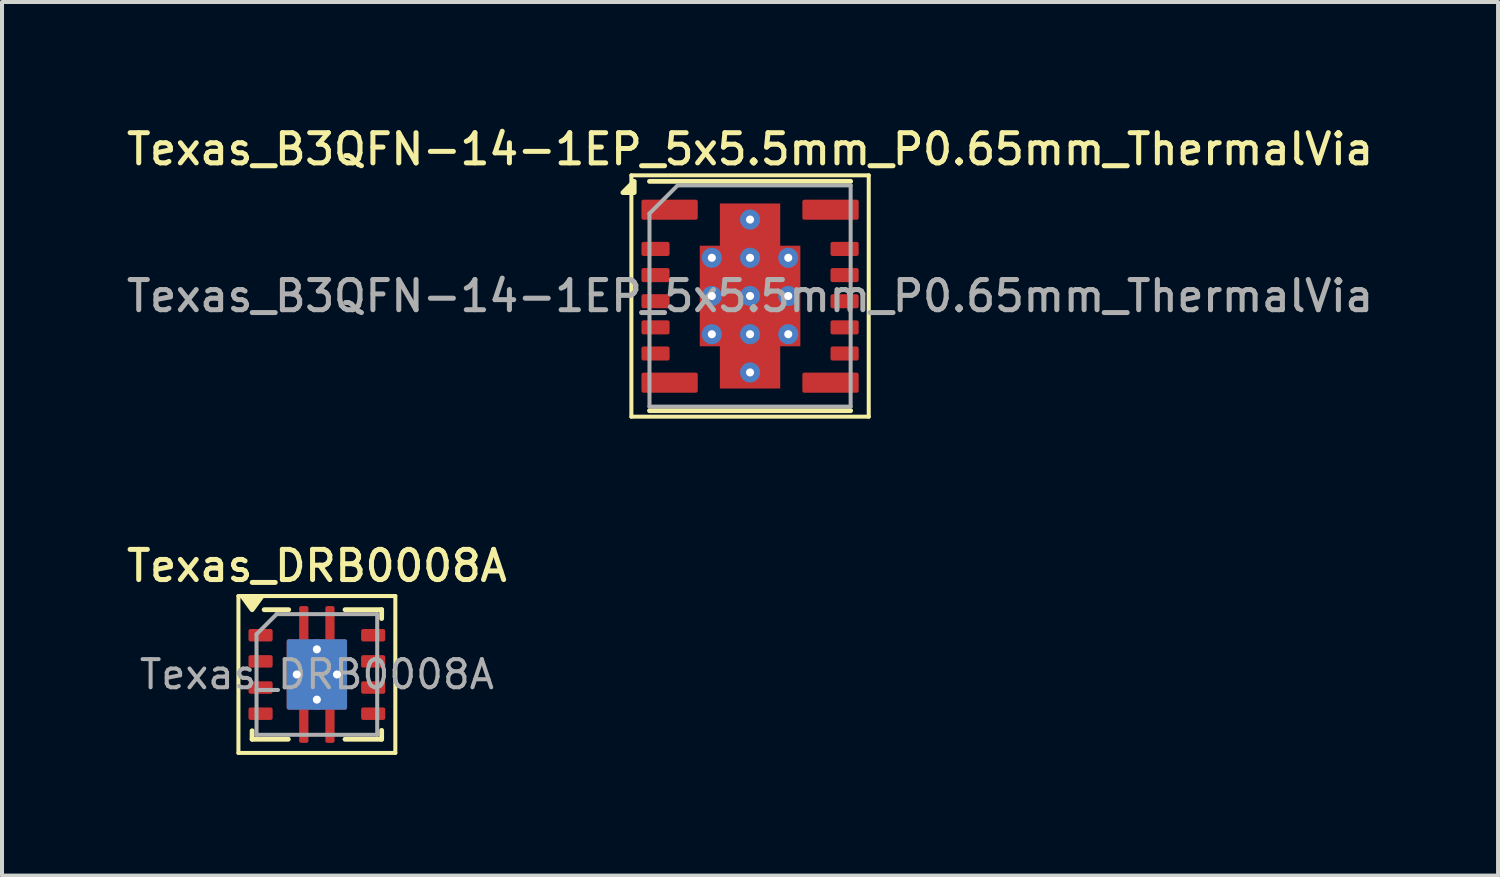
<source format=kicad_pcb>
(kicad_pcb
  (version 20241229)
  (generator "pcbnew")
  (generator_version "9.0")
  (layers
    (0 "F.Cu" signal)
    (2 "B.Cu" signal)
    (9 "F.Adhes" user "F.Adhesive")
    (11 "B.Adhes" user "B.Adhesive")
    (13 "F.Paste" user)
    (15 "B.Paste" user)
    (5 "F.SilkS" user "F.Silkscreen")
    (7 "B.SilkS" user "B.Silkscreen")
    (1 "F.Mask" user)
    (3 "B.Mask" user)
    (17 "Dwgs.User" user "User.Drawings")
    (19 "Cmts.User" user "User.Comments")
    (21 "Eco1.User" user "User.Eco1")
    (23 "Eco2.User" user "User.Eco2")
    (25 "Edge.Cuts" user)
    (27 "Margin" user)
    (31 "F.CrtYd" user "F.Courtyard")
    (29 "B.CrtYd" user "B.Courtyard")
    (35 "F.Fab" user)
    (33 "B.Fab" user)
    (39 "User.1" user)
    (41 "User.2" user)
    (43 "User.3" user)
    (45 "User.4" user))
  (footprint "Texas_DRB0008A"
    (layer "F.Cu")
    (at 4.827 13.716)
    (property "Reference" "Texas_DRB0008A" (at 0 -2.7 0) (layer "F.SilkS") (effects (font (size 0.75 0.75) (thickness 0.125))))
    (attr smd)
    (fp_line (start -1.95 -1.95) (end -1.95 1.95) (stroke (width 0.1) (type solid)) (layer "F.SilkS"))
    (fp_line (start -1.95 -1.95) (end 1.95 -1.95) (stroke (width 0.1) (type solid)) (layer "F.SilkS"))
    (fp_line (start -1.95 1.95) (end 1.95 1.95) (stroke (width 0.1) (type solid)) (layer "F.SilkS"))
    (fp_line (start -1.61 1.61) (end -1.61 1.4) (stroke (width 0.12) (type solid)) (layer "F.SilkS"))
    (fp_line (start -1.61 1.61) (end -0.71 1.61) (stroke (width 0.12) (type solid)) (layer "F.SilkS"))
    (fp_line (start -0.7 -1.61) (end -1.31 -1.61) (stroke (width 0.12) (type solid)) (layer "F.SilkS"))
    (fp_line (start 0.7 -1.61) (end 1.61 -1.61) (stroke (width 0.12) (type solid)) (layer "F.SilkS"))
    (fp_line (start 0.7 1.61) (end 1.61 1.61) (stroke (width 0.12) (type solid)) (layer "F.SilkS"))
    (fp_line (start 1.61 -1.61) (end 1.61 -1.39) (stroke (width 0.12) (type solid)) (layer "F.SilkS"))
    (fp_line (start 1.61 1.61) (end 1.61 1.39) (stroke (width 0.12) (type solid)) (layer "F.SilkS"))
    (fp_line (start 1.95 -1.95) (end 1.95 1.95) (stroke (width 0.1) (type solid)) (layer "F.SilkS"))
    (fp_poly (pts (xy -1.61 -1.61) (xy -1.85 -1.94) (xy -1.37 -1.94) (xy -1.61 -1.61)) (stroke (width 0.12) (type solid)) (fill yes) (layer "F.SilkS"))
    (fp_line (start -1.5 -1) (end -1.5 1.5) (stroke (width 0.1) (type solid)) (layer "F.Fab"))
    (fp_line (start -1.5 -1) (end -1 -1.5) (stroke (width 0.1) (type solid)) (layer "F.Fab"))
    (fp_line (start -1.5 1.5) (end 1.5 1.5) (stroke (width 0.1) (type solid)) (layer "F.Fab"))
    (fp_line (start -1 -1.5) (end 1.5 -1.5) (stroke (width 0.1) (type solid)) (layer "F.Fab"))
    (fp_line (start 1.5 -1.5) (end 1.5 1.5) (stroke (width 0.1) (type solid)) (layer "F.Fab"))
    (fp_text user "${REFERENCE}" (at 0 0 0) (layer "F.Fab") (effects (font (size 0.7 0.7) (thickness 0.1))))
    (pad "" smd roundrect (at -0.325 -1.337) (size 0.23 0.725) (layers "F.Paste") (roundrect_rratio 0.22))
    (pad "" smd roundrect (at -0.325 1.337) (size 0.23 0.725) (layers "F.Paste") (roundrect_rratio 0.22))
    (pad "" smd roundrect (at 0 0) (size 1.34 1.55) (layers "F.Paste") (roundrect_rratio 0.038))
    (pad "" smd roundrect (at 0.325 -1.337) (size 0.23 0.725) (layers "F.Paste") (roundrect_rratio 0.22))
    (pad "" smd roundrect (at 0.325 1.337) (size 0.23 0.725) (layers "F.Paste") (roundrect_rratio 0.22))
    (pad "1" smd roundrect (at -1.4 -0.975) (size 0.6 0.31) (layers "F.Cu" "F.Mask" "F.Paste") (roundrect_rratio 0.16))
    (pad "2" smd roundrect (at -1.4 -0.325) (size 0.6 0.31) (layers "F.Cu" "F.Mask" "F.Paste") (roundrect_rratio 0.16))
    (pad "3" smd roundrect (at -1.4 0.325) (size 0.6 0.31) (layers "F.Cu" "F.Mask" "F.Paste") (roundrect_rratio 0.16))
    (pad "4" smd roundrect (at -1.4 0.975) (size 0.6 0.31) (layers "F.Cu" "F.Mask" "F.Paste") (roundrect_rratio 0.16))
    (pad "5" smd roundrect (at 1.4 0.975) (size 0.6 0.31) (layers "F.Cu" "F.Mask" "F.Paste") (roundrect_rratio 0.16))
    (pad "6" smd roundrect (at 1.4 0.325) (size 0.6 0.31) (layers "F.Cu" "F.Mask" "F.Paste") (roundrect_rratio 0.16))
    (pad "7" smd roundrect (at 1.4 -0.325) (size 0.6 0.31) (layers "F.Cu" "F.Mask" "F.Paste") (roundrect_rratio 0.16))
    (pad "8" smd roundrect (at 1.4 -0.975) (size 0.6 0.31) (layers "F.Cu" "F.Mask" "F.Paste") (roundrect_rratio 0.16))
    (pad "9" thru_hole circle (at -0.5 0) (size 0.5 0.5) (drill 0.2) (layers "*.Cu"))
    (pad "9" smd roundrect (at -0.325 -1.188) (size 0.23 1.025) (layers "F.Cu" "F.Mask") (roundrect_rratio 0.22))
    (pad "9" smd roundrect (at -0.325 1.188) (size 0.23 1.025) (layers "F.Cu" "F.Mask") (roundrect_rratio 0.22))
    (pad "9" thru_hole circle (at 0 -0.625) (size 0.5 0.5) (drill 0.2) (layers "*.Cu"))
    (pad "9" smd roundrect (at 0 0) (size 1.5 1.75) (layers "F.Cu" "F.Mask") (roundrect_rratio 0.034))
    (pad "9" smd roundrect (at 0 0) (size 1.5 1.75) (layers "B.Cu") (roundrect_rratio 0.034))
    (pad "9" thru_hole circle (at 0 0.625) (size 0.5 0.5) (drill 0.2) (layers "*.Cu"))
    (pad "9" smd roundrect (at 0.325 -1.188) (size 0.23 1.025) (layers "F.Cu" "F.Mask") (roundrect_rratio 0.22))
    (pad "9" smd roundrect (at 0.325 1.188) (size 0.23 1.025) (layers "F.Cu" "F.Mask") (roundrect_rratio 0.22))
    (pad "9" thru_hole circle (at 0.5 0) (size 0.5 0.5) (drill 0.2) (layers "*.Cu")))
  (footprint "Texas_B3QFN-14-1EP_5x5.5mm_P0.65mm_ThermalVia"
    (layer "F.Cu")
    (at 15.595 4.308)
    (property "Reference" "Texas_B3QFN-14-1EP_5x5.5mm_P0.65mm_ThermalVia" (at 0 -3.65 0) (layer "F.SilkS") (effects (font (size 0.75 0.75) (thickness 0.125))))
    (attr smd)
    (fp_line (start -2.95 -3) (end 2.95 -3) (stroke (width 0.1) (type solid)) (layer "F.SilkS"))
    (fp_line (start -2.95 3) (end -2.95 -3) (stroke (width 0.1) (type solid)) (layer "F.SilkS"))
    (fp_line (start 2.5 -2.85) (end -2.5 -2.85) (stroke (width 0.12) (type solid)) (layer "F.SilkS"))
    (fp_line (start 2.5 2.85) (end -2.5 2.85) (stroke (width 0.12) (type solid)) (layer "F.SilkS"))
    (fp_line (start 2.95 -3) (end 2.95 3) (stroke (width 0.1) (type solid)) (layer "F.SilkS"))
    (fp_line (start 2.95 3) (end -2.95 3) (stroke (width 0.1) (type solid)) (layer "F.SilkS"))
    (fp_poly (pts (xy -2.88 -2.57) (xy -3.16 -2.57) (xy -2.88 -2.85) (xy -2.88 -2.57)) (stroke (width 0.12) (type solid)) (fill yes) (layer "F.SilkS"))
    (fp_line (start -2.5 2.75) (end -2.5 -2.05) (stroke (width 0.1) (type solid)) (layer "F.Fab"))
    (fp_line (start -1.8 -2.75) (end -2.5 -2.05) (stroke (width 0.1) (type solid)) (layer "F.Fab"))
    (fp_line (start -1.8 -2.75) (end 2.5 -2.75) (stroke (width 0.1) (type solid)) (layer "F.Fab"))
    (fp_line (start 2.5 -2.75) (end 2.5 2.75) (stroke (width 0.1) (type solid)) (layer "F.Fab"))
    (fp_line (start 2.5 2.75) (end -2.5 2.75) (stroke (width 0.1) (type solid)) (layer "F.Fab"))
    (fp_text user "${REFERENCE}" (at 0 0 0) (layer "F.Fab") (effects (font (size 0.75 0.75) (thickness 0.125))))
    (pad "" smd roundrect (at -0.625 -0.475) (size 0.95 0.65) (layers "F.Paste") (roundrect_rratio 0.077))
    (pad "" smd roundrect (at -0.625 0.475) (size 0.95 0.65) (layers "F.Paste") (roundrect_rratio 0.077))
    (pad "" smd roundrect (at -0.425 -1.675) (size 0.6 1.15) (layers "F.Paste") (roundrect_rratio 0.083))
    (pad "" smd roundrect (at -0.425 1.675) (size 0.6 1.15) (layers "F.Paste") (roundrect_rratio 0.083))
    (pad "" smd roundrect (at 0.425 -1.675) (size 0.6 1.15) (layers "F.Paste") (roundrect_rratio 0.083))
    (pad "" smd roundrect (at 0.425 1.675) (size 0.6 1.15) (layers "F.Paste") (roundrect_rratio 0.083))
    (pad "" smd roundrect (at 0.625 -0.475) (size 0.95 0.65) (layers "F.Paste") (roundrect_rratio 0.077))
    (pad "" smd roundrect (at 0.625 0.475) (size 0.95 0.65) (layers "F.Paste") (roundrect_rratio 0.077))
    (pad "1" smd roundrect (at -2 -2.145) (size 1.4 0.5) (layers "F.Cu" "F.Mask" "F.Paste") (roundrect_rratio 0.1))
    (pad "2" smd roundrect (at -2.35 -1.17) (size 0.7 0.35) (layers "F.Cu" "F.Mask" "F.Paste") (roundrect_rratio 0.143))
    (pad "3" smd roundrect (at -2.35 -0.52) (size 0.7 0.35) (layers "F.Cu" "F.Mask" "F.Paste") (roundrect_rratio 0.143))
    (pad "4" smd roundrect (at -2.35 0.13) (size 0.7 0.35) (layers "F.Cu" "F.Mask" "F.Paste") (roundrect_rratio 0.143))
    (pad "5" smd roundrect (at -2.35 0.78) (size 0.7 0.35) (layers "F.Cu" "F.Mask" "F.Paste") (roundrect_rratio 0.143))
    (pad "6" smd roundrect (at -2.35 1.43) (size 0.7 0.35) (layers "F.Cu" "F.Mask" "F.Paste") (roundrect_rratio 0.143))
    (pad "7" smd roundrect (at -2 2.155) (size 1.4 0.5) (layers "F.Cu" "F.Mask" "F.Paste") (roundrect_rratio 0.1))
    (pad "8" smd roundrect (at 2 2.155) (size 1.4 0.5) (layers "F.Cu" "F.Mask" "F.Paste") (roundrect_rratio 0.1))
    (pad "9" smd roundrect (at 2.35 1.43) (size 0.7 0.35) (layers "F.Cu" "F.Mask" "F.Paste") (roundrect_rratio 0.143))
    (pad "10" smd roundrect (at 2.35 0.78) (size 0.7 0.35) (layers "F.Cu" "F.Mask" "F.Paste") (roundrect_rratio 0.143))
    (pad "11" smd roundrect (at 2.35 0.13) (size 0.7 0.35) (layers "F.Cu" "F.Mask" "F.Paste") (roundrect_rratio 0.143))
    (pad "12" smd roundrect (at 2.35 -0.52) (size 0.7 0.35) (layers "F.Cu" "F.Mask" "F.Paste") (roundrect_rratio 0.143))
    (pad "13" smd roundrect (at 2.35 -1.17) (size 0.7 0.35) (layers "F.Cu" "F.Mask" "F.Paste") (roundrect_rratio 0.143))
    (pad "14" smd roundrect (at 2 -2.145) (size 1.4 0.5) (layers "F.Cu" "F.Mask" "F.Paste") (roundrect_rratio 0.1))
    (pad "15" thru_hole circle (at -0.95 -0.95) (size 0.5 0.5) (drill 0.2) (layers "*.Cu" "*.Mask"))
    (pad "15" thru_hole circle (at -0.95 0) (size 0.5 0.5) (drill 0.2) (layers "*.Cu" "*.Mask"))
    (pad "15" thru_hole circle (at -0.95 0.95) (size 0.5 0.5) (drill 0.2) (layers "*.Cu" "*.Mask"))
    (pad "15" thru_hole circle (at 0 -1.9) (size 0.5 0.5) (drill 0.2) (layers "*.Cu" "*.Mask"))
    (pad "15" thru_hole circle (at 0 -0.95) (size 0.5 0.5) (drill 0.2) (layers "*.Cu" "*.Mask"))
    (pad "15" thru_hole circle (at 0 0) (size 0.5 0.5) (drill 0.2) (layers "*.Cu" "*.Mask"))
    (pad "15" smd custom (at 0 0) (size 2.5 2.5) (layers "F.Cu" "F.Mask") (options (anchor rect)) (primitives (gr_poly (pts (xy 0.75 -1.25) (xy -0.75 -1.25) (xy -0.75 -2.3) (xy 0.75 -2.3)) (width 0) (fill yes)) (gr_poly (pts (xy 0.75 2.3) (xy -0.75 2.3) (xy -0.75 1.25) (xy 0.75 1.25)) (width 0) (fill yes))))
    (pad "15" thru_hole circle (at 0 0.95) (size 0.5 0.5) (drill 0.2) (layers "*.Cu" "*.Mask"))
    (pad "15" thru_hole circle (at 0 1.9) (size 0.5 0.5) (drill 0.2) (layers "*.Cu" "*.Mask"))
    (pad "15" thru_hole circle (at 0.95 -0.95) (size 0.5 0.5) (drill 0.2) (layers "*.Cu" "*.Mask"))
    (pad "15" thru_hole circle (at 0.95 0) (size 0.5 0.5) (drill 0.2) (layers "*.Cu" "*.Mask"))
    (pad "15" thru_hole circle (at 0.95 0.95) (size 0.5 0.5) (drill 0.2) (layers "*.Cu" "*.Mask")))
  (gr_rect
    (start -3 -3)
    (end 34.189 18.716)
    (stroke (width 0.1) (type default))
    (fill no)
    (layer "Edge.Cuts")))
</source>
